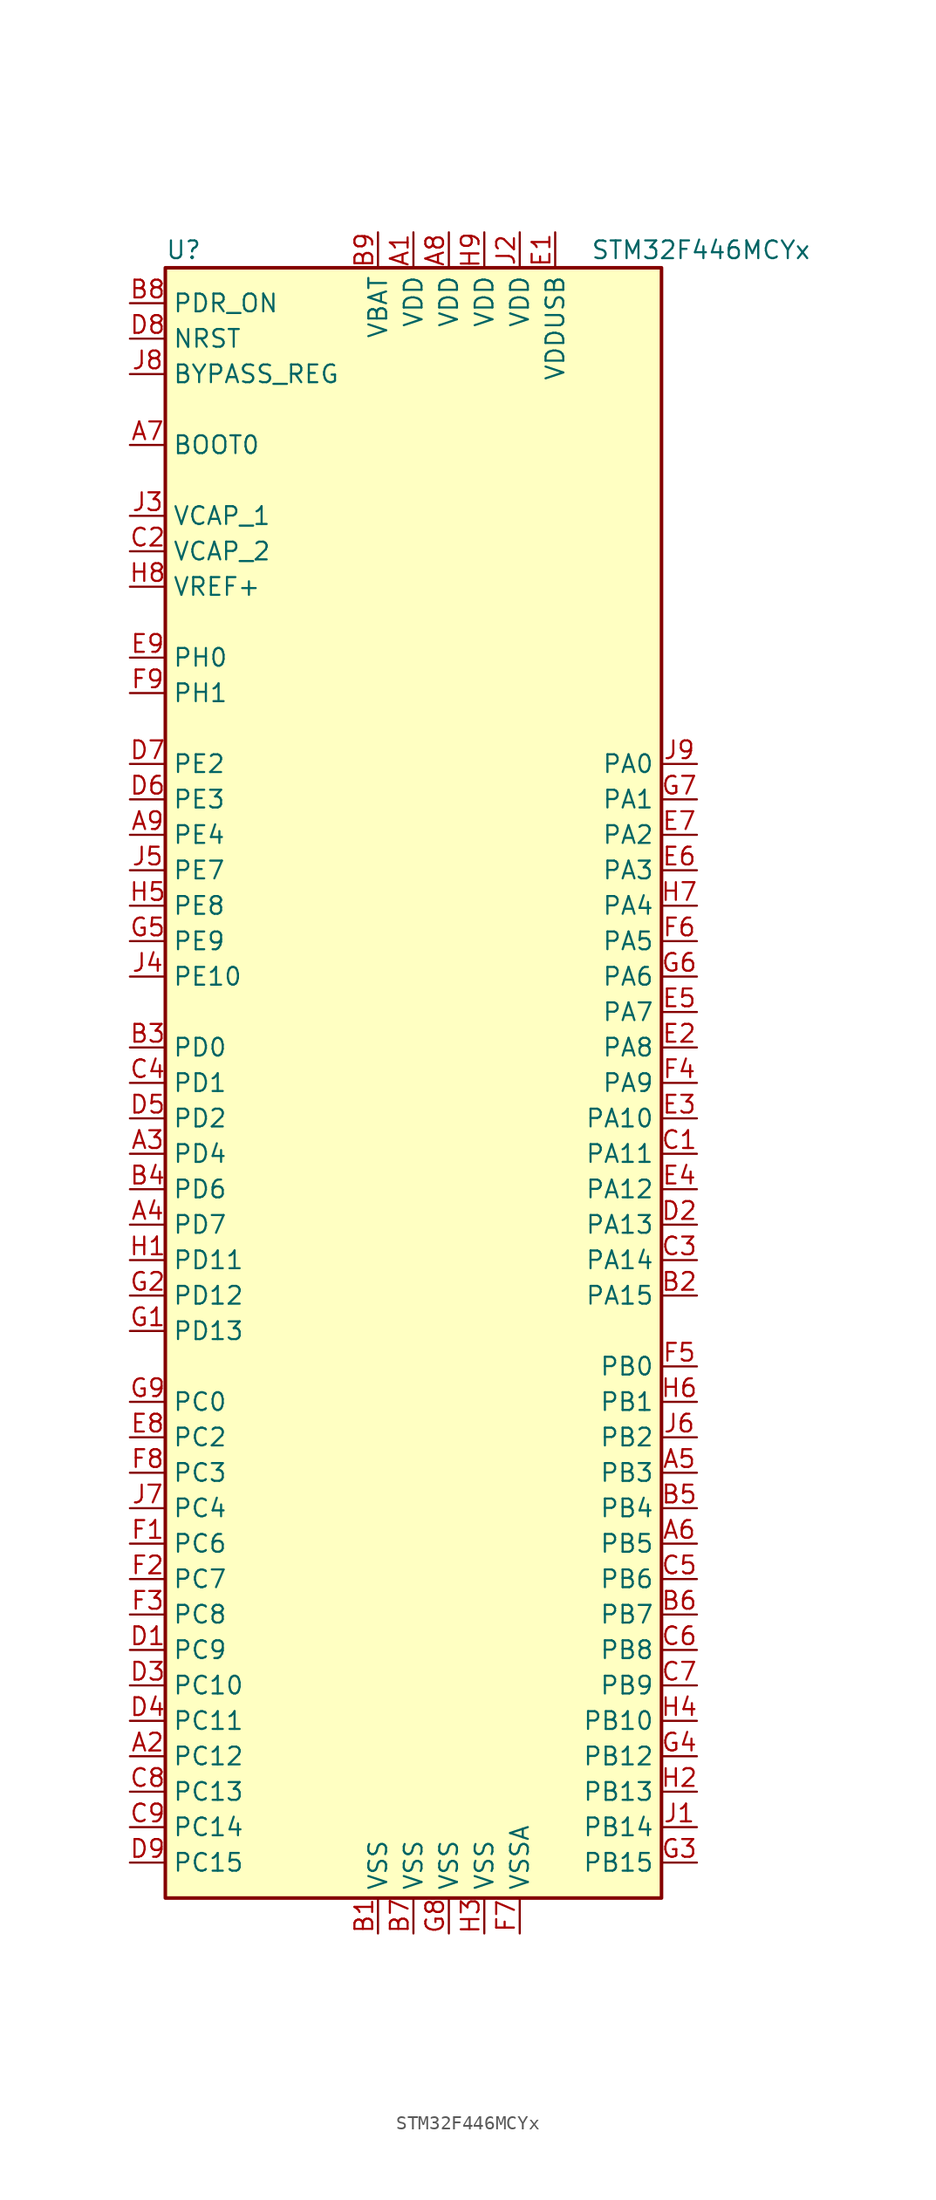
<source format=kicad_sym>
(kicad_symbol_lib
  (version 20201005)
  (generator kicad_symbol_editor)
  (symbol "STM32F446MCYx"
    (property "Reference" "U"
      (at -17.78 59.69 0)
      (effects (font (size 1.27 1.27)) (justify left)))
    (property "Value" "STM32F446MCYx"
      (at 12.7 59.69 0)
      (effects (font (size 1.27 1.27)) (justify left)))
    (symbol "STM32F446MCYx_0_1"
      (rectangle (start -17.78 -58.42) (end 17.78 58.42) (stroke (width 0.254)) (fill (type background))))
    (symbol "STM32F446MCYx_1_1"
      (pin power_in line (at 0 60.96 270) (length 2.54) (name "VDD" (effects (font (size 1.27 1.27)))) (number "A1" (effects (font (size 1.27 1.27)))))
      (pin bidirectional line (at -20.32 -48.26 0) (length 2.54) (name "PC12" (effects (font (size 1.27 1.27)))) (number "A2" (effects (font (size 1.27 1.27)))))
      (pin bidirectional line (at -20.32 -5.08 0) (length 2.54) (name "PD4" (effects (font (size 1.27 1.27)))) (number "A3" (effects (font (size 1.27 1.27)))))
      (pin bidirectional line (at -20.32 -10.16 0) (length 2.54) (name "PD7" (effects (font (size 1.27 1.27)))) (number "A4" (effects (font (size 1.27 1.27)))))
      (pin bidirectional line (at 20.32 -27.94 180) (length 2.54) (name "PB3" (effects (font (size 1.27 1.27)))) (number "A5" (effects (font (size 1.27 1.27)))))
      (pin bidirectional line (at 20.32 -33.02 180) (length 2.54) (name "PB5" (effects (font (size 1.27 1.27)))) (number "A6" (effects (font (size 1.27 1.27)))))
      (pin input line (at -20.32 45.72 0) (length 2.54) (name "BOOT0" (effects (font (size 1.27 1.27)))) (number "A7" (effects (font (size 1.27 1.27)))))
      (pin power_in line (at 2.54 60.96 270) (length 2.54) (name "VDD" (effects (font (size 1.27 1.27)))) (number "A8" (effects (font (size 1.27 1.27)))))
      (pin bidirectional line (at -20.32 17.78 0) (length 2.54) (name "PE4" (effects (font (size 1.27 1.27)))) (number "A9" (effects (font (size 1.27 1.27)))))
      (pin power_in line (at -2.54 -60.96 90) (length 2.54) (name "VSS" (effects (font (size 1.27 1.27)))) (number "B1" (effects (font (size 1.27 1.27)))))
      (pin bidirectional line (at 20.32 -15.24 180) (length 2.54) (name "PA15" (effects (font (size 1.27 1.27)))) (number "B2" (effects (font (size 1.27 1.27)))))
      (pin bidirectional line (at -20.32 2.54 0) (length 2.54) (name "PD0" (effects (font (size 1.27 1.27)))) (number "B3" (effects (font (size 1.27 1.27)))))
      (pin bidirectional line (at -20.32 -7.62 0) (length 2.54) (name "PD6" (effects (font (size 1.27 1.27)))) (number "B4" (effects (font (size 1.27 1.27)))))
      (pin bidirectional line (at 20.32 -30.48 180) (length 2.54) (name "PB4" (effects (font (size 1.27 1.27)))) (number "B5" (effects (font (size 1.27 1.27)))))
      (pin bidirectional line (at 20.32 -38.1 180) (length 2.54) (name "PB7" (effects (font (size 1.27 1.27)))) (number "B6" (effects (font (size 1.27 1.27)))))
      (pin power_in line (at 0 -60.96 90) (length 2.54) (name "VSS" (effects (font (size 1.27 1.27)))) (number "B7" (effects (font (size 1.27 1.27)))))
      (pin input line (at -20.32 55.88 0) (length 2.54) (name "PDR_ON" (effects (font (size 1.27 1.27)))) (number "B8" (effects (font (size 1.27 1.27)))))
      (pin power_in line (at -2.54 60.96 270) (length 2.54) (name "VBAT" (effects (font (size 1.27 1.27)))) (number "B9" (effects (font (size 1.27 1.27)))))
      (pin bidirectional line (at 20.32 -5.08 180) (length 2.54) (name "PA11" (effects (font (size 1.27 1.27)))) (number "C1" (effects (font (size 1.27 1.27)))))
      (pin power_in line (at -20.32 38.1 0) (length 2.54) (name "VCAP_2" (effects (font (size 1.27 1.27)))) (number "C2" (effects (font (size 1.27 1.27)))))
      (pin bidirectional line (at 20.32 -12.7 180) (length 2.54) (name "PA14" (effects (font (size 1.27 1.27)))) (number "C3" (effects (font (size 1.27 1.27)))))
      (pin bidirectional line (at -20.32 0 0) (length 2.54) (name "PD1" (effects (font (size 1.27 1.27)))) (number "C4" (effects (font (size 1.27 1.27)))))
      (pin bidirectional line (at 20.32 -35.56 180) (length 2.54) (name "PB6" (effects (font (size 1.27 1.27)))) (number "C5" (effects (font (size 1.27 1.27)))))
      (pin bidirectional line (at 20.32 -40.64 180) (length 2.54) (name "PB8" (effects (font (size 1.27 1.27)))) (number "C6" (effects (font (size 1.27 1.27)))))
      (pin bidirectional line (at 20.32 -43.18 180) (length 2.54) (name "PB9" (effects (font (size 1.27 1.27)))) (number "C7" (effects (font (size 1.27 1.27)))))
      (pin bidirectional line (at -20.32 -50.8 0) (length 2.54) (name "PC13" (effects (font (size 1.27 1.27)))) (number "C8" (effects (font (size 1.27 1.27)))))
      (pin bidirectional line (at -20.32 -53.34 0) (length 2.54) (name "PC14" (effects (font (size 1.27 1.27)))) (number "C9" (effects (font (size 1.27 1.27)))))
      (pin bidirectional line (at -20.32 -40.64 0) (length 2.54) (name "PC9" (effects (font (size 1.27 1.27)))) (number "D1" (effects (font (size 1.27 1.27)))))
      (pin bidirectional line (at 20.32 -10.16 180) (length 2.54) (name "PA13" (effects (font (size 1.27 1.27)))) (number "D2" (effects (font (size 1.27 1.27)))))
      (pin bidirectional line (at -20.32 -43.18 0) (length 2.54) (name "PC10" (effects (font (size 1.27 1.27)))) (number "D3" (effects (font (size 1.27 1.27)))))
      (pin bidirectional line (at -20.32 -45.72 0) (length 2.54) (name "PC11" (effects (font (size 1.27 1.27)))) (number "D4" (effects (font (size 1.27 1.27)))))
      (pin bidirectional line (at -20.32 -2.54 0) (length 2.54) (name "PD2" (effects (font (size 1.27 1.27)))) (number "D5" (effects (font (size 1.27 1.27)))))
      (pin bidirectional line (at -20.32 20.32 0) (length 2.54) (name "PE3" (effects (font (size 1.27 1.27)))) (number "D6" (effects (font (size 1.27 1.27)))))
      (pin bidirectional line (at -20.32 22.86 0) (length 2.54) (name "PE2" (effects (font (size 1.27 1.27)))) (number "D7" (effects (font (size 1.27 1.27)))))
      (pin input line (at -20.32 53.34 0) (length 2.54) (name "NRST" (effects (font (size 1.27 1.27)))) (number "D8" (effects (font (size 1.27 1.27)))))
      (pin bidirectional line (at -20.32 -55.88 0) (length 2.54) (name "PC15" (effects (font (size 1.27 1.27)))) (number "D9" (effects (font (size 1.27 1.27)))))
      (pin power_in line (at 10.16 60.96 270) (length 2.54) (name "VDDUSB" (effects (font (size 1.27 1.27)))) (number "E1" (effects (font (size 1.27 1.27)))))
      (pin bidirectional line (at 20.32 2.54 180) (length 2.54) (name "PA8" (effects (font (size 1.27 1.27)))) (number "E2" (effects (font (size 1.27 1.27)))))
      (pin bidirectional line (at 20.32 -2.54 180) (length 2.54) (name "PA10" (effects (font (size 1.27 1.27)))) (number "E3" (effects (font (size 1.27 1.27)))))
      (pin bidirectional line (at 20.32 -7.62 180) (length 2.54) (name "PA12" (effects (font (size 1.27 1.27)))) (number "E4" (effects (font (size 1.27 1.27)))))
      (pin bidirectional line (at 20.32 5.08 180) (length 2.54) (name "PA7" (effects (font (size 1.27 1.27)))) (number "E5" (effects (font (size 1.27 1.27)))))
      (pin bidirectional line (at 20.32 15.24 180) (length 2.54) (name "PA3" (effects (font (size 1.27 1.27)))) (number "E6" (effects (font (size 1.27 1.27)))))
      (pin bidirectional line (at 20.32 17.78 180) (length 2.54) (name "PA2" (effects (font (size 1.27 1.27)))) (number "E7" (effects (font (size 1.27 1.27)))))
      (pin bidirectional line (at -20.32 -25.4 0) (length 2.54) (name "PC2" (effects (font (size 1.27 1.27)))) (number "E8" (effects (font (size 1.27 1.27)))))
      (pin input line (at -20.32 30.48 0) (length 2.54) (name "PH0" (effects (font (size 1.27 1.27)))) (number "E9" (effects (font (size 1.27 1.27)))))
      (pin bidirectional line (at -20.32 -33.02 0) (length 2.54) (name "PC6" (effects (font (size 1.27 1.27)))) (number "F1" (effects (font (size 1.27 1.27)))))
      (pin bidirectional line (at -20.32 -35.56 0) (length 2.54) (name "PC7" (effects (font (size 1.27 1.27)))) (number "F2" (effects (font (size 1.27 1.27)))))
      (pin bidirectional line (at -20.32 -38.1 0) (length 2.54) (name "PC8" (effects (font (size 1.27 1.27)))) (number "F3" (effects (font (size 1.27 1.27)))))
      (pin bidirectional line (at 20.32 0 180) (length 2.54) (name "PA9" (effects (font (size 1.27 1.27)))) (number "F4" (effects (font (size 1.27 1.27)))))
      (pin bidirectional line (at 20.32 -20.32 180) (length 2.54) (name "PB0" (effects (font (size 1.27 1.27)))) (number "F5" (effects (font (size 1.27 1.27)))))
      (pin bidirectional line (at 20.32 10.16 180) (length 2.54) (name "PA5" (effects (font (size 1.27 1.27)))) (number "F6" (effects (font (size 1.27 1.27)))))
      (pin power_in line (at 7.62 -60.96 90) (length 2.54) (name "VSSA" (effects (font (size 1.27 1.27)))) (number "F7" (effects (font (size 1.27 1.27)))))
      (pin bidirectional line (at -20.32 -27.94 0) (length 2.54) (name "PC3" (effects (font (size 1.27 1.27)))) (number "F8" (effects (font (size 1.27 1.27)))))
      (pin input line (at -20.32 27.94 0) (length 2.54) (name "PH1" (effects (font (size 1.27 1.27)))) (number "F9" (effects (font (size 1.27 1.27)))))
      (pin bidirectional line (at -20.32 -17.78 0) (length 2.54) (name "PD13" (effects (font (size 1.27 1.27)))) (number "G1" (effects (font (size 1.27 1.27)))))
      (pin bidirectional line (at -20.32 -15.24 0) (length 2.54) (name "PD12" (effects (font (size 1.27 1.27)))) (number "G2" (effects (font (size 1.27 1.27)))))
      (pin bidirectional line (at 20.32 -55.88 180) (length 2.54) (name "PB15" (effects (font (size 1.27 1.27)))) (number "G3" (effects (font (size 1.27 1.27)))))
      (pin bidirectional line (at 20.32 -48.26 180) (length 2.54) (name "PB12" (effects (font (size 1.27 1.27)))) (number "G4" (effects (font (size 1.27 1.27)))))
      (pin bidirectional line (at -20.32 10.16 0) (length 2.54) (name "PE9" (effects (font (size 1.27 1.27)))) (number "G5" (effects (font (size 1.27 1.27)))))
      (pin bidirectional line (at 20.32 7.62 180) (length 2.54) (name "PA6" (effects (font (size 1.27 1.27)))) (number "G6" (effects (font (size 1.27 1.27)))))
      (pin bidirectional line (at 20.32 20.32 180) (length 2.54) (name "PA1" (effects (font (size 1.27 1.27)))) (number "G7" (effects (font (size 1.27 1.27)))))
      (pin power_in line (at 2.54 -60.96 90) (length 2.54) (name "VSS" (effects (font (size 1.27 1.27)))) (number "G8" (effects (font (size 1.27 1.27)))))
      (pin bidirectional line (at -20.32 -22.86 0) (length 2.54) (name "PC0" (effects (font (size 1.27 1.27)))) (number "G9" (effects (font (size 1.27 1.27)))))
      (pin bidirectional line (at -20.32 -12.7 0) (length 2.54) (name "PD11" (effects (font (size 1.27 1.27)))) (number "H1" (effects (font (size 1.27 1.27)))))
      (pin bidirectional line (at 20.32 -50.8 180) (length 2.54) (name "PB13" (effects (font (size 1.27 1.27)))) (number "H2" (effects (font (size 1.27 1.27)))))
      (pin power_in line (at 5.08 -60.96 90) (length 2.54) (name "VSS" (effects (font (size 1.27 1.27)))) (number "H3" (effects (font (size 1.27 1.27)))))
      (pin bidirectional line (at 20.32 -45.72 180) (length 2.54) (name "PB10" (effects (font (size 1.27 1.27)))) (number "H4" (effects (font (size 1.27 1.27)))))
      (pin bidirectional line (at -20.32 12.7 0) (length 2.54) (name "PE8" (effects (font (size 1.27 1.27)))) (number "H5" (effects (font (size 1.27 1.27)))))
      (pin bidirectional line (at 20.32 -22.86 180) (length 2.54) (name "PB1" (effects (font (size 1.27 1.27)))) (number "H6" (effects (font (size 1.27 1.27)))))
      (pin bidirectional line (at 20.32 12.7 180) (length 2.54) (name "PA4" (effects (font (size 1.27 1.27)))) (number "H7" (effects (font (size 1.27 1.27)))))
      (pin power_in line (at -20.32 35.56 0) (length 2.54) (name "VREF+" (effects (font (size 1.27 1.27)))) (number "H8" (effects (font (size 1.27 1.27)))))
      (pin power_in line (at 5.08 60.96 270) (length 2.54) (name "VDD" (effects (font (size 1.27 1.27)))) (number "H9" (effects (font (size 1.27 1.27)))))
      (pin bidirectional line (at 20.32 -53.34 180) (length 2.54) (name "PB14" (effects (font (size 1.27 1.27)))) (number "J1" (effects (font (size 1.27 1.27)))))
      (pin power_in line (at 7.62 60.96 270) (length 2.54) (name "VDD" (effects (font (size 1.27 1.27)))) (number "J2" (effects (font (size 1.27 1.27)))))
      (pin power_in line (at -20.32 40.64 0) (length 2.54) (name "VCAP_1" (effects (font (size 1.27 1.27)))) (number "J3" (effects (font (size 1.27 1.27)))))
      (pin bidirectional line (at -20.32 7.62 0) (length 2.54) (name "PE10" (effects (font (size 1.27 1.27)))) (number "J4" (effects (font (size 1.27 1.27)))))
      (pin bidirectional line (at -20.32 15.24 0) (length 2.54) (name "PE7" (effects (font (size 1.27 1.27)))) (number "J5" (effects (font (size 1.27 1.27)))))
      (pin bidirectional line (at 20.32 -25.4 180) (length 2.54) (name "PB2" (effects (font (size 1.27 1.27)))) (number "J6" (effects (font (size 1.27 1.27)))))
      (pin bidirectional line (at -20.32 -30.48 0) (length 2.54) (name "PC4" (effects (font (size 1.27 1.27)))) (number "J7" (effects (font (size 1.27 1.27)))))
      (pin input line (at -20.32 50.8 0) (length 2.54) (name "BYPASS_REG" (effects (font (size 1.27 1.27)))) (number "J8" (effects (font (size 1.27 1.27)))))
      (pin bidirectional line (at 20.32 22.86 180) (length 2.54) (name "PA0" (effects (font (size 1.27 1.27)))) (number "J9" (effects (font (size 1.27 1.27))))))))
</source>
